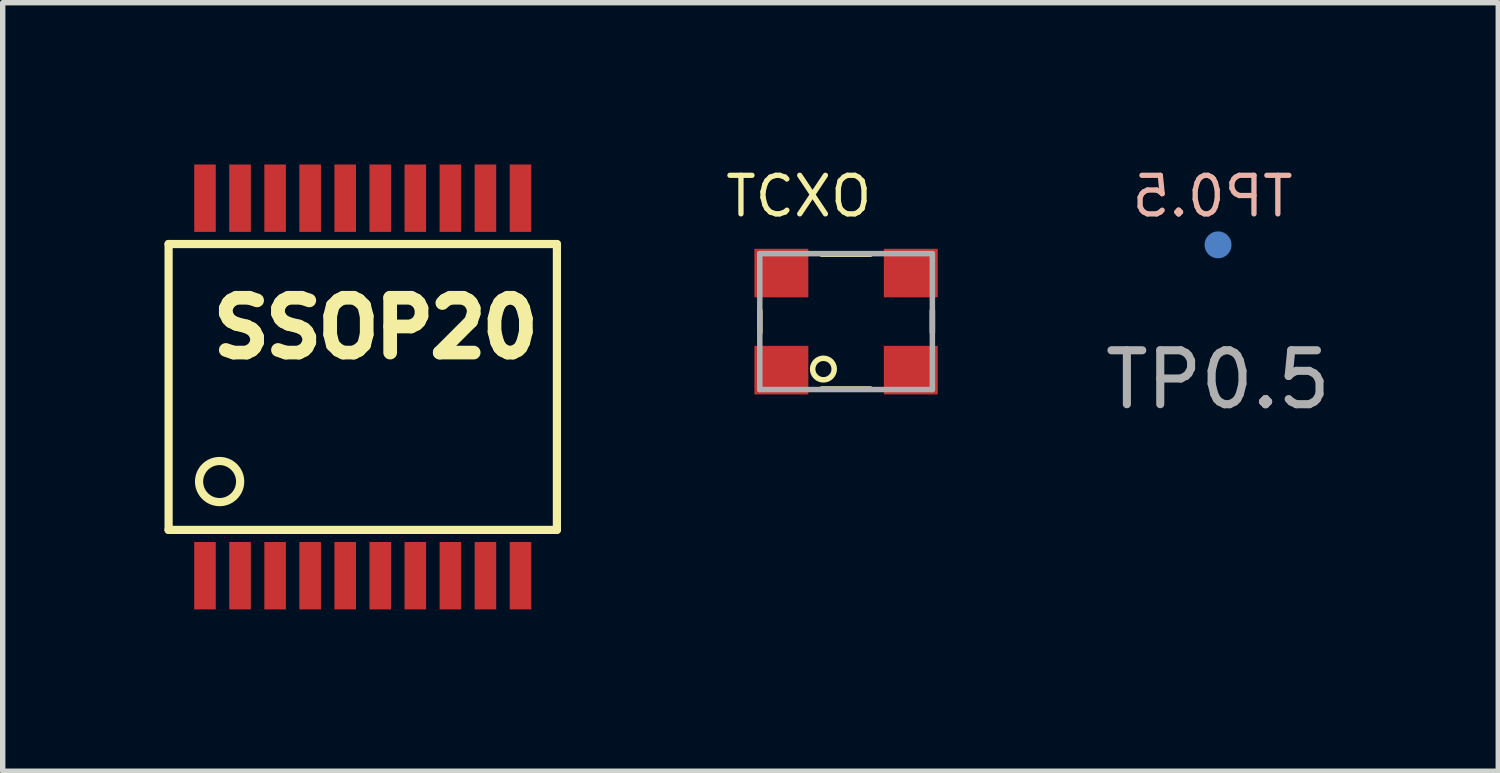
<source format=kicad_pcb>
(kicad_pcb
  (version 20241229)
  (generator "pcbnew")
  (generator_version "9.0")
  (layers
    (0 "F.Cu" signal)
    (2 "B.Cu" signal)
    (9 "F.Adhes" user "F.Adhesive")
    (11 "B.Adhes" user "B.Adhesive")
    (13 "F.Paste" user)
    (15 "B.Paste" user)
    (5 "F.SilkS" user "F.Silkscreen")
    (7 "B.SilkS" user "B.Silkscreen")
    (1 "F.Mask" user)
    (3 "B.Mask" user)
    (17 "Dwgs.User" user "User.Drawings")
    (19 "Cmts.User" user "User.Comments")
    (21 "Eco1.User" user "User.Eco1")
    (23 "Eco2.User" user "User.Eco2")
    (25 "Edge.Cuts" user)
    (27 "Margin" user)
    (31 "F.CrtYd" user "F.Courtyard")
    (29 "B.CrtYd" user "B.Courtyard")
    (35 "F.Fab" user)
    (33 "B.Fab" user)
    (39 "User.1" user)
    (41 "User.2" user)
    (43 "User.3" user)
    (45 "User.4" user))
  (footprint "SSOP20"
    (layer "F.Cu")
    (at 3.676 4.125)
    (property "Reference" "SSOP20" (at -2.9 -0.5 0) (layer "F.SilkS") (effects (font (size 1.016 1.016) (thickness 0.254)) (justify left bottom)))
    (fp_line (start -3.6 2.65) (end -3.6 -2.65) (stroke (width 0.152) (type solid)) (layer "F.SilkS"))
    (fp_line (start -3.6 2.65) (end 3.6 2.65) (stroke (width 0.152) (type solid)) (layer "F.SilkS"))
    (fp_line (start 3.6 -2.65) (end -3.6 -2.65) (stroke (width 0.152) (type solid)) (layer "F.SilkS"))
    (fp_line (start 3.6 -2.65) (end 3.6 2.65) (stroke (width 0.152) (type solid)) (layer "F.SilkS"))
    (fp_circle (center -2.654 1.754) (end -2.273 1.754) (stroke (width 0.152) (type solid)) (fill no) (layer "F.SilkS"))
    (pad "1" smd rect (at -2.925 3.5) (size 0.4 1.25) (layers "F.Cu" "F.Mask" "F.Paste"))
    (pad "2" smd rect (at -2.275 3.5) (size 0.4 1.25) (layers "F.Cu" "F.Mask" "F.Paste"))
    (pad "3" smd rect (at -1.625 3.5) (size 0.4 1.25) (layers "F.Cu" "F.Mask" "F.Paste"))
    (pad "4" smd rect (at -0.975 3.5) (size 0.4 1.25) (layers "F.Cu" "F.Mask" "F.Paste"))
    (pad "5" smd rect (at -0.325 3.5) (size 0.4 1.25) (layers "F.Cu" "F.Mask" "F.Paste"))
    (pad "6" smd rect (at 0.325 3.5) (size 0.4 1.25) (layers "F.Cu" "F.Mask" "F.Paste"))
    (pad "7" smd rect (at 0.975 3.5) (size 0.4 1.25) (layers "F.Cu" "F.Mask" "F.Paste"))
    (pad "8" smd rect (at 1.625 3.5) (size 0.4 1.25) (layers "F.Cu" "F.Mask" "F.Paste"))
    (pad "9" smd rect (at 2.275 3.5) (size 0.4 1.25) (layers "F.Cu" "F.Mask" "F.Paste"))
    (pad "10" smd rect (at 2.925 3.5) (size 0.4 1.25) (layers "F.Cu" "F.Mask" "F.Paste"))
    (pad "11" smd rect (at 2.925 -3.5) (size 0.4 1.25) (layers "F.Cu" "F.Mask" "F.Paste"))
    (pad "12" smd rect (at 2.275 -3.5) (size 0.4 1.25) (layers "F.Cu" "F.Mask" "F.Paste"))
    (pad "13" smd rect (at 1.625 -3.5) (size 0.4 1.25) (layers "F.Cu" "F.Mask" "F.Paste"))
    (pad "14" smd rect (at 0.975 -3.5) (size 0.4 1.25) (layers "F.Cu" "F.Mask" "F.Paste"))
    (pad "15" smd rect (at 0.325 -3.5) (size 0.4 1.25) (layers "F.Cu" "F.Mask" "F.Paste"))
    (pad "16" smd rect (at -0.325 -3.5) (size 0.4 1.25) (layers "F.Cu" "F.Mask" "F.Paste"))
    (pad "17" smd rect (at -0.975 -3.5) (size 0.4 1.25) (layers "F.Cu" "F.Mask" "F.Paste"))
    (pad "18" smd rect (at -1.625 -3.5) (size 0.4 1.25) (layers "F.Cu" "F.Mask" "F.Paste"))
    (pad "19" smd rect (at -2.275 -3.5) (size 0.4 1.25) (layers "F.Cu" "F.Mask" "F.Paste"))
    (pad "20" smd rect (at -2.925 -3.5) (size 0.4 1.25) (layers "F.Cu" "F.Mask" "F.Paste")))
  (footprint "TCXO"
    (layer "F.Cu")
    (at 12.638 2.913)
    (property "Reference" "TCXO" (at -2.286 -1.905 0) (layer "F.SilkS") (effects (font (size 0.715 0.715) (thickness 0.098)) (justify left bottom)))
    (fp_line (start -1.6 0.2) (end -1.6 -0.2) (stroke (width 0.102) (type solid)) (layer "F.SilkS"))
    (fp_line (start -0.45 -1.25) (end 0.45 -1.25) (stroke (width 0.102) (type solid)) (layer "F.SilkS"))
    (fp_line (start -0.45 1.25) (end 0.45 1.25) (stroke (width 0.102) (type solid)) (layer "F.SilkS"))
    (fp_line (start 1.6 0.2) (end 1.6 -0.2) (stroke (width 0.102) (type solid)) (layer "F.SilkS"))
    (fp_circle (center -0.42 0.88) (end -0.22 0.88) (stroke (width 0.102) (type solid)) (fill no) (layer "F.SilkS"))
    (fp_line (start -1.6 -1.26) (end -1.6 1.26) (stroke (width 0.102) (type solid)) (layer "F.Fab"))
    (fp_line (start -1.6 1.26) (end 1.6 1.26) (stroke (width 0.102) (type solid)) (layer "F.Fab"))
    (fp_line (start 1.6 -1.26) (end -1.6 -1.26) (stroke (width 0.102) (type solid)) (layer "F.Fab"))
    (fp_line (start 1.6 1.26) (end 1.6 -1.26) (stroke (width 0.102) (type solid)) (layer "F.Fab"))
    (pad "1" smd rect (at -1.2 0.9 90) (size 0.9 1) (layers "F.Cu" "F.Mask" "F.Paste"))
    (pad "2" smd rect (at 1.2 0.9 90) (size 0.9 1) (layers "F.Cu" "F.Mask" "F.Paste"))
    (pad "3" smd rect (at 1.2 -0.9 90) (size 0.9 1) (layers "F.Cu" "F.Mask" "F.Paste"))
    (pad "4" smd rect (at -1.2 -0.9 90) (size 0.9 1) (layers "F.Cu" "F.Mask" "F.Paste")))
  (footprint "TP0.5"
    (layer "F.Cu")
    (at 19.535 1.49)
    (property "Reference" "TP0.5" (at -0.1 -0.9 0) (unlocked yes) (layer "B.SilkS") (effects (font (size 0.715 0.715) (thickness 0.098)) (justify mirror)))
    (attr smd)
    (fp_text user "${REFERENCE}" (at 0 2.5 0) (unlocked yes) (layer "F.Fab") (effects (font (size 1 1) (thickness 0.15))))
    (pad "1" smd circle (at 0 0) (size 0.5 0.5) (layers "B.Cu" "B.Mask" "B.Paste")))
  (gr_rect
    (start -3 -3)
    (end 24.731 11.25)
    (stroke (width 0.1) (type default))
    (fill no)
    (layer "Edge.Cuts")))
</source>
